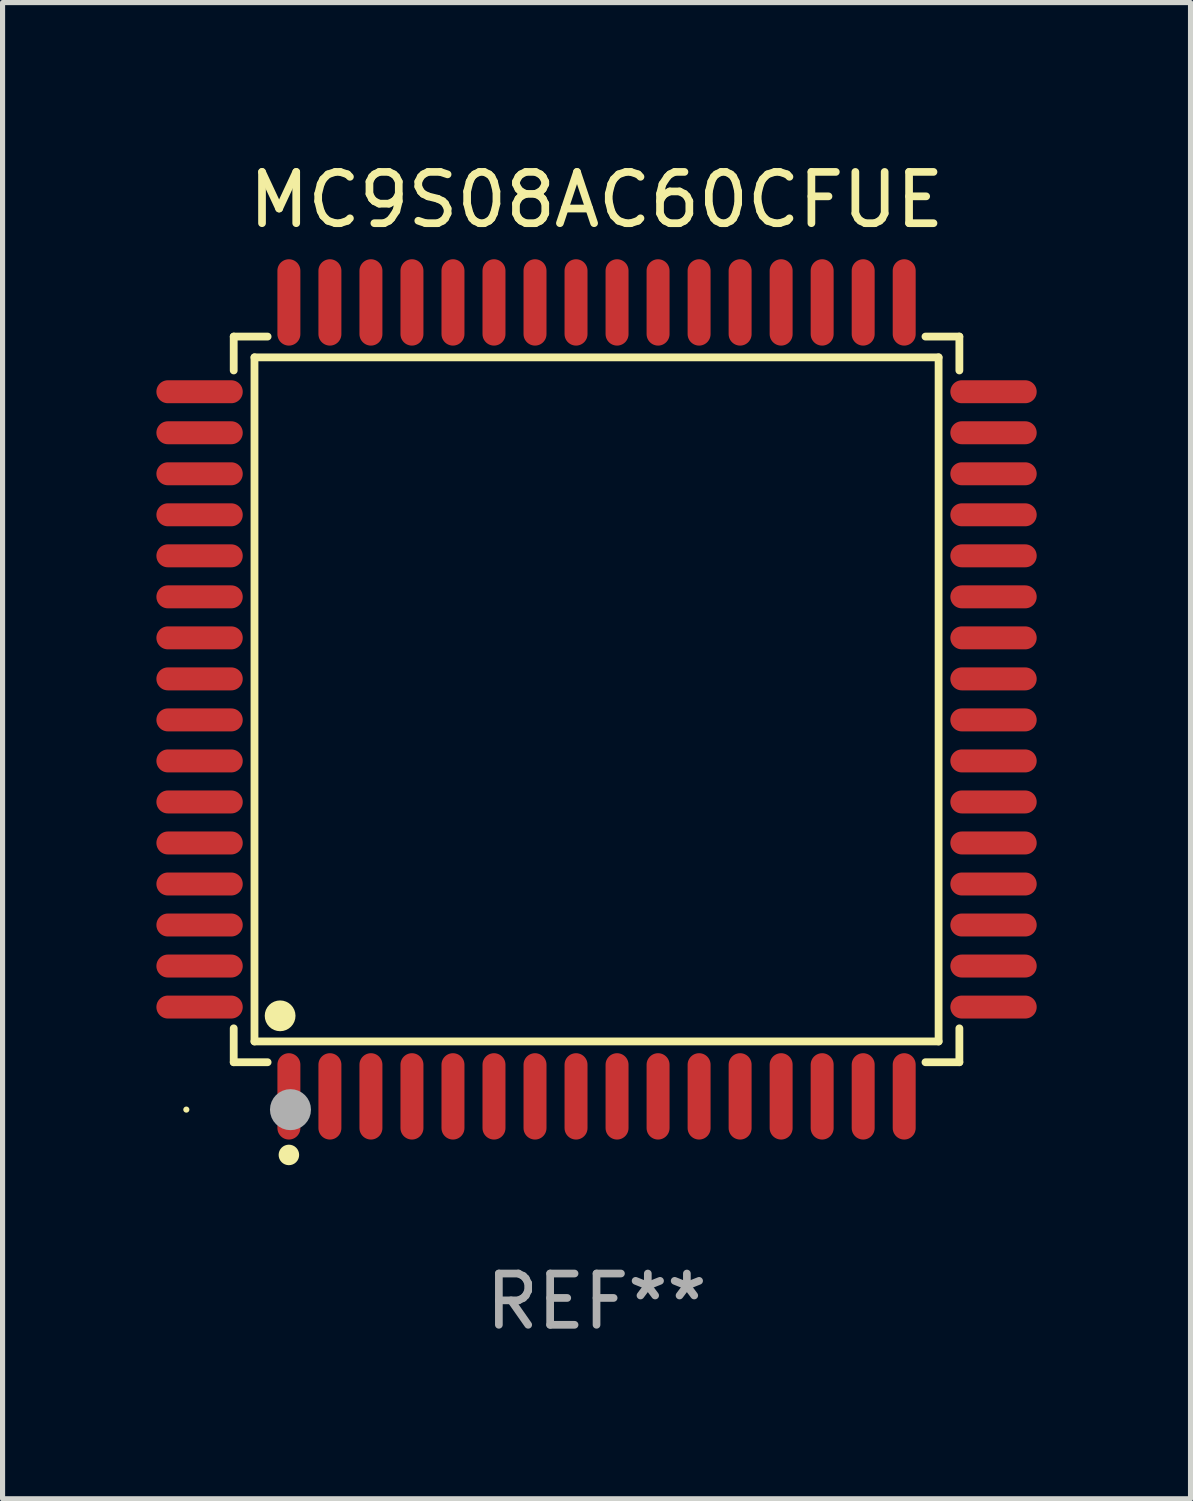
<source format=kicad_pcb>
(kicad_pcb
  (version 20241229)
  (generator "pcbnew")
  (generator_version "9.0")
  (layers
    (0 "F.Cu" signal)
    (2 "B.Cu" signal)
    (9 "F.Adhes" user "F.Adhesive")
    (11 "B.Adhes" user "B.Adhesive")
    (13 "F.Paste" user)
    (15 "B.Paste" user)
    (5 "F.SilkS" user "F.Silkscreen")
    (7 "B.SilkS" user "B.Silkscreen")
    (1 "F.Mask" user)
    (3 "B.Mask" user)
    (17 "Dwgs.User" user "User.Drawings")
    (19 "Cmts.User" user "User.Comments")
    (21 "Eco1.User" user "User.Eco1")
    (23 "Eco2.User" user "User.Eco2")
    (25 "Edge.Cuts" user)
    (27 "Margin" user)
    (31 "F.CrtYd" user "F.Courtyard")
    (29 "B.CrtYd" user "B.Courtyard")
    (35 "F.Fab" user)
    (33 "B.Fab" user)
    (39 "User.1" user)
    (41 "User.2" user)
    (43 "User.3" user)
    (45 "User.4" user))
  (footprint "MC9S08AC60CFUE"
    (layer "F.Cu")
    (at 8.584 10.59)
    (property "Reference" "MC9S08AC60CFUE" (at 0 -9.742 0) (layer "F.SilkS") (effects (font (size 1 1) (thickness 0.15))))
    (attr through_hole)
    (fp_line (start -7.076 -7.076) (end -6.415 -7.076) (stroke (width 0.152) (type solid)) (layer "F.SilkS"))
    (fp_line (start -7.076 -6.415) (end -7.076 -7.076) (stroke (width 0.152) (type solid)) (layer "F.SilkS"))
    (fp_line (start -7.076 6.415) (end -7.076 7.076) (stroke (width 0.152) (type solid)) (layer "F.SilkS"))
    (fp_line (start -7.076 7.076) (end -6.415 7.076) (stroke (width 0.152) (type solid)) (layer "F.SilkS"))
    (fp_line (start -6.671 -6.671) (end 6.671 -6.671) (stroke (width 0.152) (type solid)) (layer "F.SilkS"))
    (fp_line (start -6.671 6.671) (end -6.671 -6.671) (stroke (width 0.152) (type solid)) (layer "F.SilkS"))
    (fp_line (start 6.671 -6.671) (end 6.671 6.671) (stroke (width 0.152) (type solid)) (layer "F.SilkS"))
    (fp_line (start 6.671 6.671) (end -6.671 6.671) (stroke (width 0.152) (type solid)) (layer "F.SilkS"))
    (fp_line (start 7.076 -7.076) (end 6.415 -7.076) (stroke (width 0.152) (type solid)) (layer "F.SilkS"))
    (fp_line (start 7.076 -6.415) (end 7.076 -7.076) (stroke (width 0.152) (type solid)) (layer "F.SilkS"))
    (fp_line (start 7.076 6.415) (end 7.076 7.076) (stroke (width 0.152) (type solid)) (layer "F.SilkS"))
    (fp_line (start 7.076 7.076) (end 6.415 7.076) (stroke (width 0.152) (type solid)) (layer "F.SilkS"))
    (fp_circle (center -8 8) (end -7.97 8) (stroke (width 0.06) (type solid)) (fill no) (layer "F.SilkS"))
    (fp_circle (center -6.171 6.171) (end -6.021 6.171) (stroke (width 0.3) (type solid)) (fill no) (layer "F.SilkS"))
    (fp_circle (center -6 8.884) (end -5.9 8.884) (stroke (width 0.2) (type solid)) (fill no) (layer "F.SilkS"))
    (fp_circle (center -5.969 8.001) (end -5.769 8.001) (stroke (width 0.4) (type solid)) (fill no) (layer "F.Fab"))
    (fp_text user "REF**" (at 0 11.742 0) (layer "F.Fab") (effects (font (size 1 1) (thickness 0.15))))
    (pad "1" smd oval (at -6 7.742) (size 0.448 1.684) (layers "F.Cu" "F.Mask" "F.Paste"))
    (pad "2" smd oval (at -5.2 7.742) (size 0.448 1.684) (layers "F.Cu" "F.Mask" "F.Paste"))
    (pad "3" smd oval (at -4.4 7.742) (size 0.448 1.684) (layers "F.Cu" "F.Mask" "F.Paste"))
    (pad "4" smd oval (at -3.6 7.742) (size 0.448 1.684) (layers "F.Cu" "F.Mask" "F.Paste"))
    (pad "5" smd oval (at -2.8 7.742) (size 0.448 1.684) (layers "F.Cu" "F.Mask" "F.Paste"))
    (pad "6" smd oval (at -2 7.742) (size 0.448 1.684) (layers "F.Cu" "F.Mask" "F.Paste"))
    (pad "7" smd oval (at -1.2 7.742) (size 0.448 1.684) (layers "F.Cu" "F.Mask" "F.Paste"))
    (pad "8" smd oval (at -0.4 7.742) (size 0.448 1.684) (layers "F.Cu" "F.Mask" "F.Paste"))
    (pad "9" smd oval (at 0.4 7.742) (size 0.448 1.684) (layers "F.Cu" "F.Mask" "F.Paste"))
    (pad "10" smd oval (at 1.2 7.742) (size 0.448 1.684) (layers "F.Cu" "F.Mask" "F.Paste"))
    (pad "11" smd oval (at 2 7.742) (size 0.448 1.684) (layers "F.Cu" "F.Mask" "F.Paste"))
    (pad "12" smd oval (at 2.8 7.742) (size 0.448 1.684) (layers "F.Cu" "F.Mask" "F.Paste"))
    (pad "13" smd oval (at 3.6 7.742) (size 0.448 1.684) (layers "F.Cu" "F.Mask" "F.Paste"))
    (pad "14" smd oval (at 4.4 7.742) (size 0.448 1.684) (layers "F.Cu" "F.Mask" "F.Paste"))
    (pad "15" smd oval (at 5.2 7.742) (size 0.448 1.684) (layers "F.Cu" "F.Mask" "F.Paste"))
    (pad "16" smd oval (at 6 7.742) (size 0.448 1.684) (layers "F.Cu" "F.Mask" "F.Paste"))
    (pad "17" smd oval (at 7.742 6) (size 1.684 0.448) (layers "F.Cu" "F.Mask" "F.Paste"))
    (pad "18" smd oval (at 7.742 5.2) (size 1.684 0.448) (layers "F.Cu" "F.Mask" "F.Paste"))
    (pad "19" smd oval (at 7.742 4.4) (size 1.684 0.448) (layers "F.Cu" "F.Mask" "F.Paste"))
    (pad "20" smd oval (at 7.742 3.6) (size 1.684 0.448) (layers "F.Cu" "F.Mask" "F.Paste"))
    (pad "21" smd oval (at 7.742 2.8) (size 1.684 0.448) (layers "F.Cu" "F.Mask" "F.Paste"))
    (pad "22" smd oval (at 7.742 2) (size 1.684 0.448) (layers "F.Cu" "F.Mask" "F.Paste"))
    (pad "23" smd oval (at 7.742 1.2) (size 1.684 0.448) (layers "F.Cu" "F.Mask" "F.Paste"))
    (pad "24" smd oval (at 7.742 0.4) (size 1.684 0.448) (layers "F.Cu" "F.Mask" "F.Paste"))
    (pad "25" smd oval (at 7.742 -0.4) (size 1.684 0.448) (layers "F.Cu" "F.Mask" "F.Paste"))
    (pad "26" smd oval (at 7.742 -1.2) (size 1.684 0.448) (layers "F.Cu" "F.Mask" "F.Paste"))
    (pad "27" smd oval (at 7.742 -2) (size 1.684 0.448) (layers "F.Cu" "F.Mask" "F.Paste"))
    (pad "28" smd oval (at 7.742 -2.8) (size 1.684 0.448) (layers "F.Cu" "F.Mask" "F.Paste"))
    (pad "29" smd oval (at 7.742 -3.6) (size 1.684 0.448) (layers "F.Cu" "F.Mask" "F.Paste"))
    (pad "30" smd oval (at 7.742 -4.4) (size 1.684 0.448) (layers "F.Cu" "F.Mask" "F.Paste"))
    (pad "31" smd oval (at 7.742 -5.2) (size 1.684 0.448) (layers "F.Cu" "F.Mask" "F.Paste"))
    (pad "32" smd oval (at 7.742 -6) (size 1.684 0.448) (layers "F.Cu" "F.Mask" "F.Paste"))
    (pad "33" smd oval (at 6 -7.742) (size 0.448 1.684) (layers "F.Cu" "F.Mask" "F.Paste"))
    (pad "34" smd oval (at 5.2 -7.742) (size 0.448 1.684) (layers "F.Cu" "F.Mask" "F.Paste"))
    (pad "35" smd oval (at 4.4 -7.742) (size 0.448 1.684) (layers "F.Cu" "F.Mask" "F.Paste"))
    (pad "36" smd oval (at 3.6 -7.742) (size 0.448 1.684) (layers "F.Cu" "F.Mask" "F.Paste"))
    (pad "37" smd oval (at 2.8 -7.742) (size 0.448 1.684) (layers "F.Cu" "F.Mask" "F.Paste"))
    (pad "38" smd oval (at 2 -7.742) (size 0.448 1.684) (layers "F.Cu" "F.Mask" "F.Paste"))
    (pad "39" smd oval (at 1.2 -7.742) (size 0.448 1.684) (layers "F.Cu" "F.Mask" "F.Paste"))
    (pad "40" smd oval (at 0.4 -7.742) (size 0.448 1.684) (layers "F.Cu" "F.Mask" "F.Paste"))
    (pad "41" smd oval (at -0.4 -7.742) (size 0.448 1.684) (layers "F.Cu" "F.Mask" "F.Paste"))
    (pad "42" smd oval (at -1.2 -7.742) (size 0.448 1.684) (layers "F.Cu" "F.Mask" "F.Paste"))
    (pad "43" smd oval (at -2 -7.742) (size 0.448 1.684) (layers "F.Cu" "F.Mask" "F.Paste"))
    (pad "44" smd oval (at -2.8 -7.742) (size 0.448 1.684) (layers "F.Cu" "F.Mask" "F.Paste"))
    (pad "45" smd oval (at -3.6 -7.742) (size 0.448 1.684) (layers "F.Cu" "F.Mask" "F.Paste"))
    (pad "46" smd oval (at -4.4 -7.742) (size 0.448 1.684) (layers "F.Cu" "F.Mask" "F.Paste"))
    (pad "47" smd oval (at -5.2 -7.742) (size 0.448 1.684) (layers "F.Cu" "F.Mask" "F.Paste"))
    (pad "48" smd oval (at -6 -7.742) (size 0.448 1.684) (layers "F.Cu" "F.Mask" "F.Paste"))
    (pad "49" smd oval (at -7.742 -6) (size 1.684 0.448) (layers "F.Cu" "F.Mask" "F.Paste"))
    (pad "50" smd oval (at -7.742 -5.2) (size 1.684 0.448) (layers "F.Cu" "F.Mask" "F.Paste"))
    (pad "51" smd oval (at -7.742 -4.4) (size 1.684 0.448) (layers "F.Cu" "F.Mask" "F.Paste"))
    (pad "52" smd oval (at -7.742 -3.6) (size 1.684 0.448) (layers "F.Cu" "F.Mask" "F.Paste"))
    (pad "53" smd oval (at -7.742 -2.8) (size 1.684 0.448) (layers "F.Cu" "F.Mask" "F.Paste"))
    (pad "54" smd oval (at -7.742 -2) (size 1.684 0.448) (layers "F.Cu" "F.Mask" "F.Paste"))
    (pad "55" smd oval (at -7.742 -1.2) (size 1.684 0.448) (layers "F.Cu" "F.Mask" "F.Paste"))
    (pad "56" smd oval (at -7.742 -0.4) (size 1.684 0.448) (layers "F.Cu" "F.Mask" "F.Paste"))
    (pad "57" smd oval (at -7.742 0.4) (size 1.684 0.448) (layers "F.Cu" "F.Mask" "F.Paste"))
    (pad "58" smd oval (at -7.742 1.2) (size 1.684 0.448) (layers "F.Cu" "F.Mask" "F.Paste"))
    (pad "59" smd oval (at -7.742 2) (size 1.684 0.448) (layers "F.Cu" "F.Mask" "F.Paste"))
    (pad "60" smd oval (at -7.742 2.8) (size 1.684 0.448) (layers "F.Cu" "F.Mask" "F.Paste"))
    (pad "61" smd oval (at -7.742 3.6) (size 1.684 0.448) (layers "F.Cu" "F.Mask" "F.Paste"))
    (pad "62" smd oval (at -7.742 4.4) (size 1.684 0.448) (layers "F.Cu" "F.Mask" "F.Paste"))
    (pad "63" smd oval (at -7.742 5.2) (size 1.684 0.448) (layers "F.Cu" "F.Mask" "F.Paste"))
    (pad "64" smd oval (at -7.742 6) (size 1.684 0.448) (layers "F.Cu" "F.Mask" "F.Paste")))
  (gr_rect
    (start -3 -3)
    (end 20.168 26.18)
    (stroke (width 0.1) (type default))
    (fill no)
    (layer "Edge.Cuts")))
</source>
